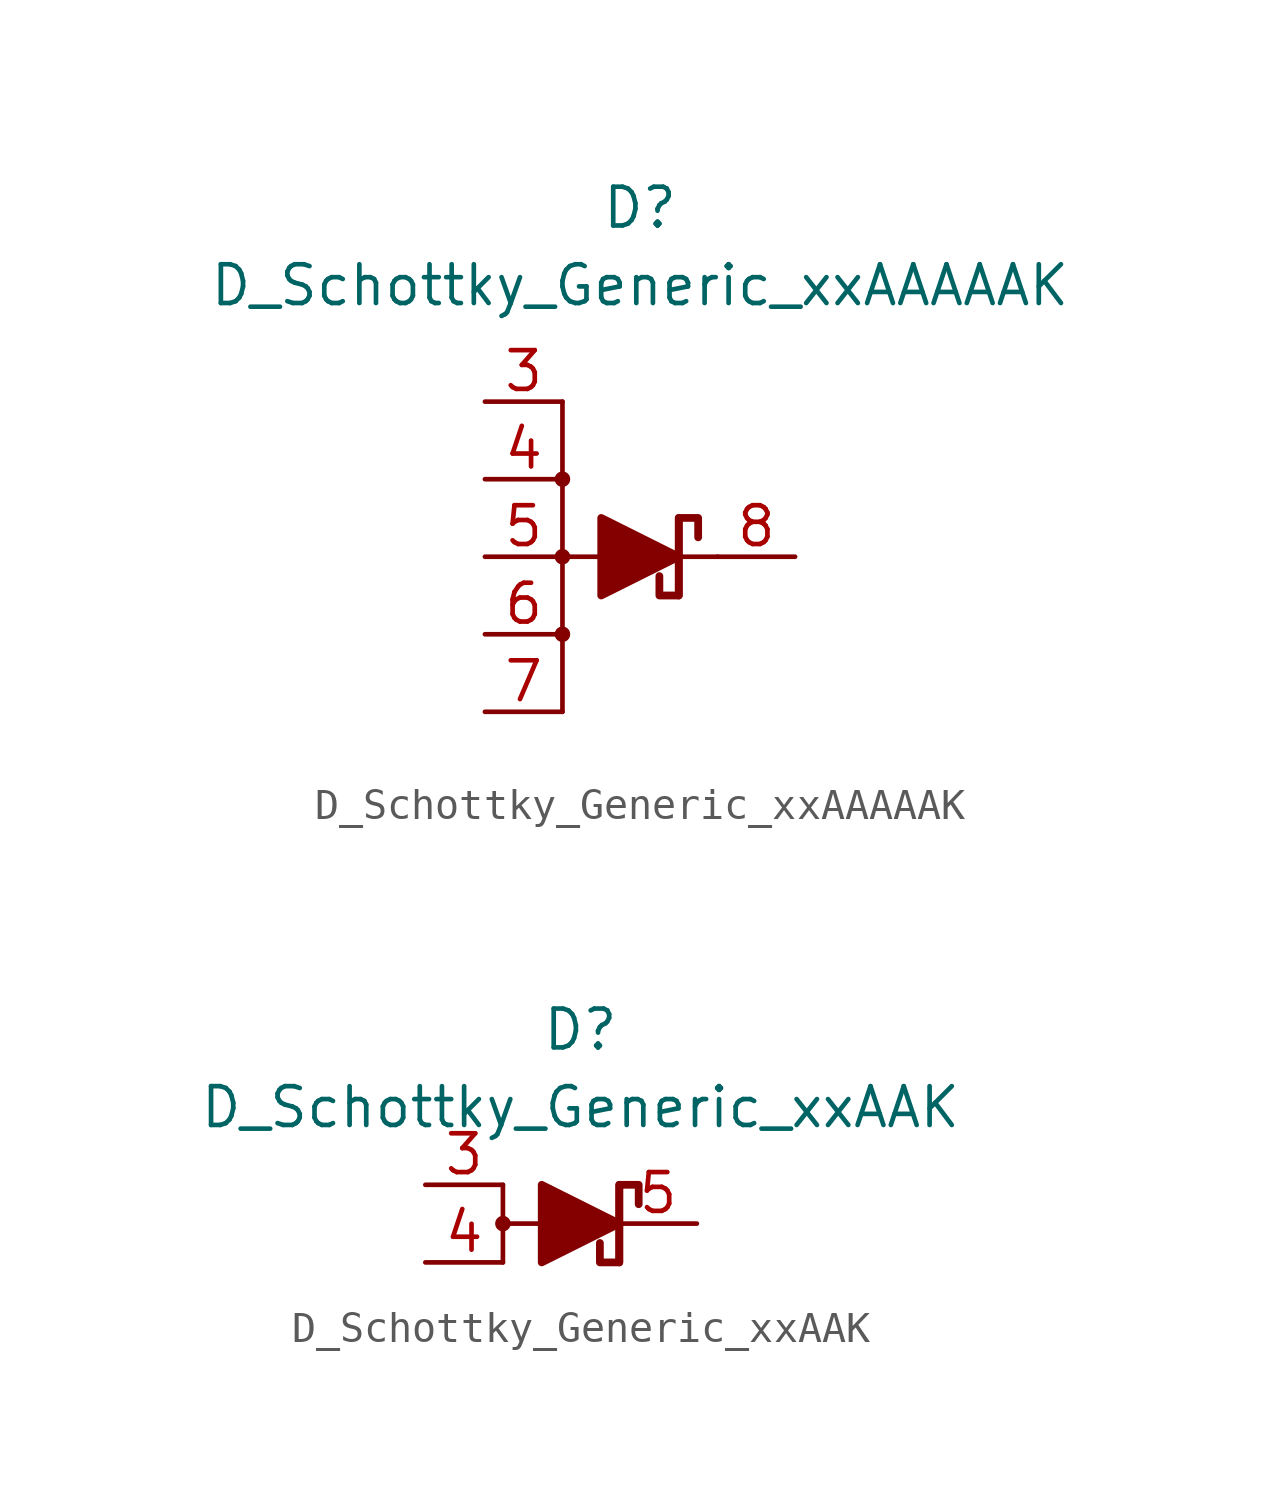
<source format=kicad_sym>
(kicad_symbol_lib
  (version 20201005)
  (generator kicad_symbol_editor)
  (symbol "Diode_Schottky_AKL:D_Schottky_Generic_xxAAAAAK"
    (pin_names
      (offset 1.016) hide)
    (property "Reference" "D"
      (at 0 11.43 0)
      (effects (font (size 1.27 1.27))))
    (property "Value" "D_Schottky_Generic_xxAAAAAK"
      (at 0 8.89 0)
      (effects (font (size 1.27 1.27))))
    (symbol "D_Schottky_Generic_xxAAAAAK_0_1"
      (circle (center -2.54 0) (radius 0.178) (stroke (width 0)) (fill (type outline)))
      (polyline (pts (xy -2.54 -5.08) (xy -2.54 -2.54)) (stroke (width 0)) (fill (type none)))
      (polyline (pts (xy -2.54 -2.54) (xy -2.54 0)) (stroke (width 0.152)) (fill (type none)))
      (polyline (pts (xy -2.54 2.54) (xy -2.54 0)) (stroke (width 0)) (fill (type none)))
      (polyline (pts (xy -2.54 2.54) (xy -2.54 5.08)) (stroke (width 0)) (fill (type none)))
      (polyline (pts (xy -1.27 0) (xy -2.54 0)) (stroke (width 0)) (fill (type none)))
      (polyline (pts (xy -1.27 0) (xy 1.27 0)) (stroke (width 0)) (fill (type none)))
      (polyline (pts (xy 1.27 -1.27) (xy 1.27 1.27)) (stroke (width 0.254)) (fill (type none)))
      (polyline (pts (xy -1.27 -1.27) (xy -1.27 1.27) (xy 1.27 0) (xy -1.27 -1.27)) (stroke (width 0.254)) (fill (type outline))))
    (symbol "D_Schottky_Generic_xxAAAAAK_1_1"
      (circle (center -2.54 -2.54) (radius 0.178) (stroke (width 0)) (fill (type outline)))
      (circle (center -2.54 2.54) (radius 0.178) (stroke (width 0)) (fill (type outline)))
      (polyline (pts (xy 1.27 0) (xy 2.54 0)) (stroke (width 0)) (fill (type none)))
      (polyline (pts (xy 0.635 -0.635) (xy 0.635 -1.27) (xy 1.27 -1.27) (xy 1.27 1.27) (xy 1.905 1.27) (xy 1.905 0.635)) (stroke (width 0.254)) (fill (type none)))
      (pin passive line (at -5.08 5.08 0) (length 2.54) (name "A" (effects (font (size 1.27 1.27)))) (number "3" (effects (font (size 1.27 1.27)))))
      (pin passive line (at -5.08 2.54 0) (length 2.54) (name "A" (effects (font (size 1.27 1.27)))) (number "4" (effects (font (size 1.27 1.27)))))
      (pin passive line (at -5.08 0 0) (length 2.54) (name "A" (effects (font (size 1.27 1.27)))) (number "5" (effects (font (size 1.27 1.27)))))
      (pin passive line (at -5.08 -2.54 0) (length 2.54) (name "A" (effects (font (size 1.27 1.27)))) (number "6" (effects (font (size 1.27 1.27)))))
      (pin passive line (at -5.08 -5.08 0) (length 2.54) (name "A" (effects (font (size 1.27 1.27)))) (number "7" (effects (font (size 1.27 1.27)))))
      (pin passive line (at 5.08 0 180) (length 2.54) (name "K" (effects (font (size 1.27 1.27)))) (number "8" (effects (font (size 1.27 1.27)))))))
  (symbol "Diode_Schottky_AKL:D_Schottky_Generic_xxAAK"
    (pin_names
      (offset 1.016) hide)
    (property "Reference" "D"
      (at 0 6.35 0)
      (effects (font (size 1.27 1.27))))
    (property "Value" "D_Schottky_Generic_xxAAK"
      (at 0 3.81 0)
      (effects (font (size 1.27 1.27))))
    (symbol "D_Schottky_Generic_xxAAK_0_1"
      (circle (center -2.54 0) (radius 0.178) (stroke (width 0)) (fill (type outline)))
      (polyline (pts (xy -2.54 1.27) (xy -2.54 -1.27)) (stroke (width 0)) (fill (type none)))
      (polyline (pts (xy -1.27 0) (xy -2.54 0)) (stroke (width 0)) (fill (type none)))
      (polyline (pts (xy -1.27 0) (xy 1.27 0)) (stroke (width 0)) (fill (type none)))
      (polyline (pts (xy 1.27 -1.27) (xy 1.27 1.27)) (stroke (width 0.254)) (fill (type none)))
      (polyline (pts (xy -1.27 -1.27) (xy -1.27 1.27) (xy 1.27 0) (xy -1.27 -1.27)) (stroke (width 0.254)) (fill (type outline))))
    (symbol "D_Schottky_Generic_xxAAK_1_1"
      (polyline (pts (xy 0.635 -0.635) (xy 0.635 -1.27) (xy 1.27 -1.27) (xy 1.27 1.27) (xy 1.905 1.27) (xy 1.905 0.635)) (stroke (width 0.254)) (fill (type none)))
      (pin passive line (at -5.08 1.27 0) (length 2.54) (name "A" (effects (font (size 1.27 1.27)))) (number "3" (effects (font (size 1.27 1.27)))))
      (pin passive line (at -5.08 -1.27 0) (length 2.54) (name "A" (effects (font (size 1.27 1.27)))) (number "4" (effects (font (size 1.27 1.27)))))
      (pin passive line (at 3.81 0 180) (length 2.54) (name "K" (effects (font (size 1.27 1.27)))) (number "5" (effects (font (size 1.27 1.27))))))))
</source>
